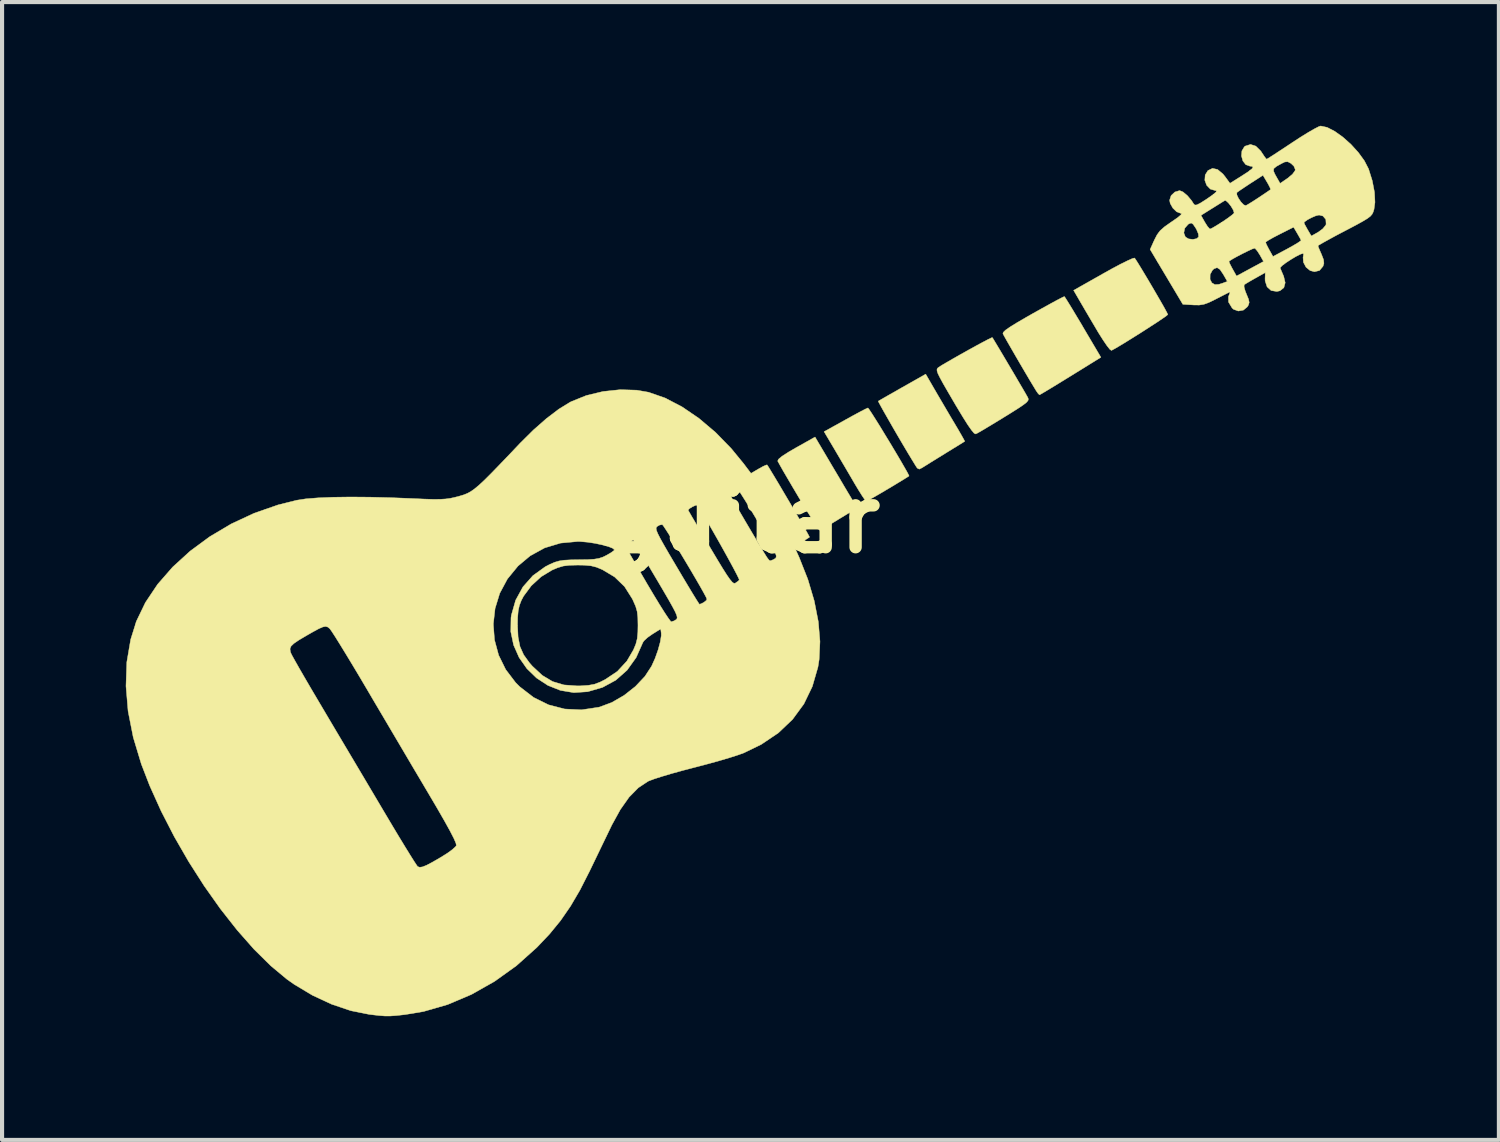
<source format=kicad_pcb>
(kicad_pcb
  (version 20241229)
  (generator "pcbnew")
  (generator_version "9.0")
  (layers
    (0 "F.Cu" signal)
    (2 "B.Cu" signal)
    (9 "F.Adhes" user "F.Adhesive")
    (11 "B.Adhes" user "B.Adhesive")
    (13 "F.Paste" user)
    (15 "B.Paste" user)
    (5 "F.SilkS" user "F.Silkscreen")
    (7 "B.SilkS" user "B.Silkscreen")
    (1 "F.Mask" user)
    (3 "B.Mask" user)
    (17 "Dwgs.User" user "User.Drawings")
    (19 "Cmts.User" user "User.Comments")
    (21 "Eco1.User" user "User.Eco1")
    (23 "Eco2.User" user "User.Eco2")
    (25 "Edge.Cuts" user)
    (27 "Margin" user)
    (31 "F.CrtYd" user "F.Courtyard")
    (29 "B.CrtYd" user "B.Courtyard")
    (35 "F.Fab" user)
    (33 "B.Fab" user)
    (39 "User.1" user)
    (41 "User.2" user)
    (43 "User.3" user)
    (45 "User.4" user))
  (footprint "guitar"
    (layer "F.Cu")
    (at 14.939 9.53)
    (property "Reference" "guitar" (at 0 0 0) (layer "F.SilkS") (effects (font (size 1.524 1.524) (thickness 0.3))))
    (attr through_hole)
    (fp_poly (pts (xy 2.205 -1.256) (xy 2.343 -1.024) (xy 2.47 -0.808) (xy 2.58 -0.623) (xy 2.664 -0.483) (xy 2.713 -0.4) (xy 2.715 -0.396) (xy 2.795 -0.263) (xy 2.361 0.002) (xy 2.19 0.106) (xy 2.045 0.194) (xy 1.942 0.256) (xy 1.896 0.283) (xy 1.867 0.253) (xy 1.802 0.16) (xy 1.707 0.014) (xy 1.588 -0.175) (xy 1.453 -0.397) (xy 1.379 -0.521) (xy 1.237 -0.761) (xy 1.109 -0.979) (xy 1.002 -1.162) (xy 0.923 -1.302) (xy 0.877 -1.385) (xy 0.869 -1.401) (xy 0.889 -1.446) (xy 0.977 -1.519) (xy 1.136 -1.621) (xy 1.31 -1.722) (xy 1.775 -1.983) (xy 2.205 -1.256)) (stroke (width 0.01) (type solid)) (fill yes) (layer "F.SilkS"))
    (fp_poly (pts (xy 3.085 -2.654) (xy 3.148 -2.56) (xy 3.238 -2.418) (xy 3.349 -2.241) (xy 3.471 -2.04) (xy 3.599 -1.83) (xy 3.724 -1.621) (xy 3.839 -1.427) (xy 3.936 -1.259) (xy 4.009 -1.131) (xy 4.049 -1.054) (xy 4.054 -1.038) (xy 3.949 -0.971) (xy 3.805 -0.883) (xy 3.638 -0.782) (xy 3.465 -0.679) (xy 3.3 -0.582) (xy 3.16 -0.502) (xy 3.06 -0.446) (xy 3.016 -0.425) (xy 3.016 -0.425) (xy 2.984 -0.459) (xy 2.919 -0.554) (xy 2.831 -0.694) (xy 2.728 -0.865) (xy 2.72 -0.88) (xy 2.588 -1.106) (xy 2.442 -1.354) (xy 2.304 -1.589) (xy 2.225 -1.723) (xy 1.994 -2.113) (xy 2.511 -2.4) (xy 2.699 -2.504) (xy 2.862 -2.592) (xy 2.983 -2.655) (xy 3.05 -2.686) (xy 3.058 -2.688) (xy 3.085 -2.654)) (stroke (width 0.01) (type solid)) (fill yes) (layer "F.SilkS"))
    (fp_poly (pts (xy 7.847 -5.353) (xy 7.91 -5.253) (xy 8.002 -5.103) (xy 8.116 -4.913) (xy 8.247 -4.695) (xy 8.273 -4.649) (xy 8.706 -3.916) (xy 7.971 -3.461) (xy 7.748 -3.324) (xy 7.551 -3.203) (xy 7.39 -3.106) (xy 7.276 -3.038) (xy 7.221 -3.007) (xy 7.217 -3.006) (xy 7.184 -3.037) (xy 7.139 -3.101) (xy 7.071 -3.213) (xy 6.977 -3.369) (xy 6.868 -3.554) (xy 6.75 -3.755) (xy 6.633 -3.956) (xy 6.524 -4.145) (xy 6.432 -4.305) (xy 6.365 -4.424) (xy 6.332 -4.486) (xy 6.33 -4.49) (xy 6.341 -4.524) (xy 6.396 -4.577) (xy 6.504 -4.652) (xy 6.67 -4.755) (xy 6.902 -4.89) (xy 7.053 -4.976) (xy 7.28 -5.103) (xy 7.481 -5.214) (xy 7.645 -5.303) (xy 7.761 -5.363) (xy 7.817 -5.389) (xy 7.821 -5.39) (xy 7.847 -5.353)) (stroke (width 0.01) (type solid)) (fill yes) (layer "F.SilkS"))
    (fp_poly (pts (xy 4.658 -3.162) (xy 4.764 -2.98) (xy 4.895 -2.757) (xy 5.032 -2.523) (xy 5.135 -2.35) (xy 5.239 -2.175) (xy 5.323 -2.029) (xy 5.381 -1.926) (xy 5.405 -1.88) (xy 5.405 -1.879) (xy 5.368 -1.855) (xy 5.273 -1.796) (xy 5.133 -1.71) (xy 4.962 -1.605) (xy 4.932 -1.586) (xy 4.747 -1.472) (xy 4.582 -1.37) (xy 4.453 -1.289) (xy 4.377 -1.242) (xy 4.374 -1.239) (xy 4.302 -1.204) (xy 4.253 -1.229) (xy 4.22 -1.278) (xy 4.133 -1.42) (xy 4.025 -1.598) (xy 3.905 -1.801) (xy 3.779 -2.015) (xy 3.655 -2.229) (xy 3.54 -2.43) (xy 3.44 -2.605) (xy 3.364 -2.742) (xy 3.318 -2.828) (xy 3.308 -2.853) (xy 3.348 -2.877) (xy 3.449 -2.935) (xy 3.598 -3.02) (xy 3.781 -3.124) (xy 3.891 -3.187) (xy 4.458 -3.508) (xy 4.658 -3.162)) (stroke (width 0.01) (type solid)) (fill yes) (layer "F.SilkS"))
    (fp_poly (pts (xy 9.524 -6.323) (xy 9.56 -6.271) (xy 9.628 -6.163) (xy 9.72 -6.012) (xy 9.828 -5.832) (xy 9.942 -5.639) (xy 10.055 -5.445) (xy 10.159 -5.266) (xy 10.245 -5.115) (xy 10.304 -5.006) (xy 10.329 -4.954) (xy 10.329 -4.953) (xy 10.295 -4.923) (xy 10.203 -4.858) (xy 10.065 -4.765) (xy 9.895 -4.655) (xy 9.708 -4.534) (xy 9.515 -4.413) (xy 9.331 -4.298) (xy 9.17 -4.2) (xy 9.044 -4.126) (xy 8.968 -4.085) (xy 8.961 -4.082) (xy 8.922 -4.11) (xy 8.851 -4.2) (xy 8.754 -4.343) (xy 8.639 -4.525) (xy 8.594 -4.602) (xy 8.47 -4.812) (xy 8.351 -5.014) (xy 8.249 -5.189) (xy 8.175 -5.316) (xy 8.161 -5.34) (xy 8.045 -5.54) (xy 8.768 -5.949) (xy 8.991 -6.073) (xy 9.19 -6.179) (xy 9.353 -6.259) (xy 9.467 -6.31) (xy 9.522 -6.324) (xy 9.524 -6.323)) (stroke (width 0.01) (type solid)) (fill yes) (layer "F.SilkS"))
    (fp_poly (pts (xy 6.099 -4.356) (xy 6.159 -4.256) (xy 6.246 -4.111) (xy 6.352 -3.933) (xy 6.468 -3.737) (xy 6.587 -3.536) (xy 6.7 -3.343) (xy 6.8 -3.173) (xy 6.878 -3.039) (xy 6.926 -2.954) (xy 6.935 -2.938) (xy 6.947 -2.903) (xy 6.939 -2.867) (xy 6.901 -2.822) (xy 6.824 -2.762) (xy 6.699 -2.678) (xy 6.517 -2.563) (xy 6.357 -2.464) (xy 6.148 -2.336) (xy 5.962 -2.224) (xy 5.811 -2.134) (xy 5.709 -2.076) (xy 5.671 -2.057) (xy 5.633 -2.074) (xy 5.57 -2.148) (xy 5.476 -2.282) (xy 5.351 -2.481) (xy 5.189 -2.75) (xy 5.147 -2.822) (xy 4.995 -3.082) (xy 4.882 -3.278) (xy 4.804 -3.421) (xy 4.755 -3.52) (xy 4.733 -3.586) (xy 4.732 -3.627) (xy 4.747 -3.654) (xy 4.766 -3.669) (xy 4.838 -3.717) (xy 4.962 -3.79) (xy 5.123 -3.883) (xy 5.306 -3.987) (xy 5.497 -4.094) (xy 5.682 -4.196) (xy 5.846 -4.284) (xy 5.975 -4.352) (xy 6.055 -4.39) (xy 6.073 -4.396) (xy 6.099 -4.356)) (stroke (width 0.01) (type solid)) (fill yes) (layer "F.SilkS"))
    (fp_poly (pts (xy 14.193 -9.491) (xy 14.377 -9.396) (xy 14.574 -9.255) (xy 14.77 -9.08) (xy 14.948 -8.884) (xy 15.095 -8.682) (xy 15.196 -8.486) (xy 15.198 -8.481) (xy 15.287 -8.196) (xy 15.34 -7.919) (xy 15.352 -7.674) (xy 15.329 -7.505) (xy 15.309 -7.439) (xy 15.283 -7.386) (xy 15.239 -7.335) (xy 15.166 -7.28) (xy 15.053 -7.212) (xy 14.89 -7.122) (xy 14.664 -7.003) (xy 14.625 -6.983) (xy 14.412 -6.871) (xy 14.229 -6.771) (xy 14.086 -6.692) (xy 13.996 -6.639) (xy 13.97 -6.62) (xy 13.986 -6.572) (xy 14.027 -6.476) (xy 14.055 -6.413) (xy 14.105 -6.284) (xy 14.114 -6.194) (xy 14.092 -6.123) (xy 14.007 -6.021) (xy 13.885 -5.991) (xy 13.78 -6.019) (xy 13.68 -6.101) (xy 13.617 -6.221) (xy 13.608 -6.343) (xy 13.612 -6.355) (xy 13.62 -6.419) (xy 13.607 -6.435) (xy 13.54 -6.414) (xy 13.436 -6.361) (xy 13.314 -6.288) (xy 13.195 -6.21) (xy 13.102 -6.14) (xy 13.055 -6.091) (xy 13.053 -6.082) (xy 13.082 -6.012) (xy 13.128 -5.905) (xy 13.138 -5.882) (xy 13.175 -5.725) (xy 13.143 -5.604) (xy 13.048 -5.529) (xy 12.972 -5.512) (xy 12.834 -5.535) (xy 12.736 -5.624) (xy 12.689 -5.767) (xy 12.687 -5.824) (xy 12.692 -5.97) (xy 12.452 -5.836) (xy 12.324 -5.763) (xy 12.225 -5.704) (xy 12.18 -5.674) (xy 12.178 -5.622) (xy 12.206 -5.522) (xy 12.237 -5.445) (xy 12.287 -5.323) (xy 12.302 -5.246) (xy 12.284 -5.184) (xy 12.258 -5.141) (xy 12.161 -5.06) (xy 12.038 -5.038) (xy 11.922 -5.08) (xy 11.887 -5.112) (xy 11.801 -5.255) (xy 11.799 -5.387) (xy 11.815 -5.427) (xy 11.838 -5.486) (xy 11.826 -5.497) (xy 11.773 -5.471) (xy 11.667 -5.417) (xy 11.526 -5.345) (xy 11.49 -5.326) (xy 11.326 -5.246) (xy 11.203 -5.201) (xy 11.089 -5.183) (xy 10.954 -5.185) (xy 10.941 -5.186) (xy 10.693 -5.201) (xy 10.332 -5.807) (xy 11.353 -5.807) (xy 11.396 -5.723) (xy 11.469 -5.679) (xy 11.566 -5.684) (xy 11.662 -5.715) (xy 11.772 -5.756) (xy 11.675 -5.926) (xy 11.594 -6.046) (xy 11.524 -6.09) (xy 11.451 -6.064) (xy 11.412 -6.029) (xy 11.355 -5.926) (xy 11.353 -5.807) (xy 10.332 -5.807) (xy 10.074 -6.239) (xy 11.811 -6.239) (xy 11.83 -6.19) (xy 11.878 -6.095) (xy 11.903 -6.05) (xy 11.995 -5.886) (xy 12.322 -6.063) (xy 12.65 -6.24) (xy 12.559 -6.401) (xy 12.496 -6.498) (xy 12.446 -6.555) (xy 12.434 -6.561) (xy 12.379 -6.544) (xy 12.277 -6.497) (xy 12.149 -6.434) (xy 12.016 -6.365) (xy 11.902 -6.302) (xy 11.828 -6.255) (xy 11.811 -6.239) (xy 10.074 -6.239) (xy 9.9 -6.532) (xy 9.978 -6.705) (xy 12.7 -6.705) (xy 12.719 -6.655) (xy 12.767 -6.561) (xy 12.79 -6.519) (xy 12.879 -6.36) (xy 13.224 -6.544) (xy 13.373 -6.627) (xy 13.488 -6.696) (xy 13.552 -6.741) (xy 13.56 -6.752) (xy 13.536 -6.801) (xy 13.484 -6.893) (xy 13.466 -6.924) (xy 13.379 -7.072) (xy 13.04 -6.901) (xy 12.889 -6.823) (xy 12.773 -6.757) (xy 12.708 -6.714) (xy 12.7 -6.705) (xy 9.978 -6.705) (xy 10.004 -6.763) (xy 10.068 -6.887) (xy 10.102 -6.932) (xy 10.717 -6.932) (xy 10.755 -6.835) (xy 10.832 -6.788) (xy 10.937 -6.775) (xy 11.031 -6.794) (xy 11.076 -6.836) (xy 11.07 -6.908) (xy 11.026 -7.014) (xy 11.006 -7.049) (xy 10.943 -7.142) (xy 10.897 -7.173) (xy 10.843 -7.154) (xy 10.822 -7.141) (xy 10.74 -7.047) (xy 10.717 -6.932) (xy 10.102 -6.932) (xy 10.142 -6.986) (xy 10.248 -7.08) (xy 10.406 -7.192) (xy 10.42 -7.201) (xy 10.57 -7.305) (xy 10.632 -7.358) (xy 11.133 -7.358) (xy 11.226 -7.193) (xy 11.289 -7.093) (xy 11.34 -7.034) (xy 11.354 -7.027) (xy 11.403 -7.049) (xy 11.503 -7.107) (xy 11.618 -7.179) (xy 13.631 -7.179) (xy 13.651 -7.133) (xy 13.7 -7.044) (xy 13.72 -7.008) (xy 13.809 -6.857) (xy 13.976 -6.951) (xy 14.086 -7.032) (xy 14.157 -7.118) (xy 14.167 -7.142) (xy 14.16 -7.26) (xy 14.09 -7.342) (xy 13.997 -7.366) (xy 13.919 -7.348) (xy 13.815 -7.304) (xy 13.713 -7.25) (xy 13.645 -7.2) (xy 13.631 -7.179) (xy 11.618 -7.179) (xy 11.634 -7.189) (xy 11.662 -7.207) (xy 11.792 -7.296) (xy 11.889 -7.369) (xy 11.935 -7.412) (xy 11.937 -7.416) (xy 11.916 -7.487) (xy 11.863 -7.577) (xy 11.797 -7.661) (xy 11.738 -7.714) (xy 11.712 -7.718) (xy 11.653 -7.683) (xy 11.546 -7.616) (xy 11.411 -7.532) (xy 11.398 -7.524) (xy 11.133 -7.358) (xy 10.632 -7.358) (xy 10.648 -7.372) (xy 10.66 -7.404) (xy 10.639 -7.408) (xy 10.543 -7.445) (xy 10.451 -7.534) (xy 10.387 -7.648) (xy 10.372 -7.725) (xy 10.409 -7.838) (xy 10.501 -7.925) (xy 10.615 -7.959) (xy 10.698 -7.925) (xy 10.802 -7.838) (xy 10.904 -7.717) (xy 10.957 -7.634) (xy 10.986 -7.608) (xy 11.035 -7.613) (xy 11.121 -7.657) (xy 11.258 -7.744) (xy 11.286 -7.763) (xy 11.42 -7.857) (xy 12.002 -7.857) (xy 12.042 -7.771) (xy 12.104 -7.681) (xy 12.17 -7.613) (xy 12.22 -7.595) (xy 12.282 -7.629) (xy 12.392 -7.697) (xy 12.526 -7.784) (xy 12.542 -7.795) (xy 12.671 -7.881) (xy 12.769 -7.948) (xy 12.818 -7.982) (xy 12.821 -7.983) (xy 12.81 -8.023) (xy 12.766 -8.11) (xy 12.736 -8.162) (xy 12.636 -8.33) (xy 12.332 -8.134) (xy 12.191 -8.041) (xy 12.078 -7.965) (xy 12.012 -7.918) (xy 12.003 -7.911) (xy 12.002 -7.857) (xy 11.42 -7.857) (xy 11.427 -7.862) (xy 11.499 -7.924) (xy 11.508 -7.954) (xy 11.482 -7.959) (xy 11.36 -7.995) (xy 11.271 -8.087) (xy 11.226 -8.21) (xy 11.235 -8.338) (xy 11.301 -8.444) (xy 11.413 -8.498) (xy 11.536 -8.47) (xy 11.665 -8.362) (xy 11.714 -8.301) (xy 11.836 -8.135) (xy 12.118 -8.312) (xy 12.28 -8.417) (xy 12.308 -8.439) (xy 12.89 -8.439) (xy 12.924 -8.36) (xy 12.955 -8.304) (xy 13.052 -8.133) (xy 13.236 -8.259) (xy 13.351 -8.355) (xy 13.413 -8.44) (xy 13.42 -8.468) (xy 13.387 -8.549) (xy 13.317 -8.617) (xy 13.236 -8.659) (xy 13.165 -8.653) (xy 13.095 -8.619) (xy 12.965 -8.547) (xy 12.9 -8.494) (xy 12.89 -8.439) (xy 12.308 -8.439) (xy 12.371 -8.489) (xy 12.395 -8.531) (xy 12.357 -8.55) (xy 12.321 -8.551) (xy 12.22 -8.587) (xy 12.149 -8.678) (xy 12.115 -8.798) (xy 12.125 -8.921) (xy 12.184 -9.02) (xy 12.207 -9.038) (xy 12.335 -9.078) (xy 12.462 -9.037) (xy 12.583 -8.918) (xy 12.613 -8.872) (xy 12.675 -8.779) (xy 12.718 -8.725) (xy 12.725 -8.721) (xy 12.765 -8.743) (xy 12.863 -8.805) (xy 13.007 -8.899) (xy 13.187 -9.017) (xy 13.346 -9.123) (xy 13.55 -9.256) (xy 13.735 -9.37) (xy 13.888 -9.458) (xy 13.994 -9.512) (xy 14.036 -9.525) (xy 14.193 -9.491)) (stroke (width 0.01) (type solid)) (fill yes) (layer "F.SilkS"))
    (fp_poly (pts (xy -2.549 -3.119) (xy -2.263 -3.069) (xy -1.863 -2.93) (xy -1.452 -2.716) (xy -1.041 -2.436) (xy -0.639 -2.096) (xy -0.258 -1.705) (xy 0.043 -1.338) (xy 0.221 -1.102) (xy 0.409 -1.212) (xy 0.517 -1.272) (xy 0.593 -1.305) (xy 0.612 -1.307) (xy 0.641 -1.264) (xy 0.704 -1.161) (xy 0.795 -1.011) (xy 0.905 -0.827) (xy 1.027 -0.62) (xy 1.156 -0.402) (xy 1.282 -0.186) (xy 1.4 0.017) (xy 1.502 0.193) (xy 1.581 0.331) (xy 1.629 0.419) (xy 1.641 0.445) (xy 1.602 0.471) (xy 1.514 0.526) (xy 1.451 0.565) (xy 1.273 0.676) (xy 1.392 0.941) (xy 1.6 1.468) (xy 1.755 1.99) (xy 1.854 2.496) (xy 1.894 2.974) (xy 1.874 3.412) (xy 1.845 3.596) (xy 1.709 4.066) (xy 1.504 4.49) (xy 1.229 4.865) (xy 0.885 5.192) (xy 0.471 5.471) (xy 0.054 5.674) (xy -0.083 5.724) (xy -0.285 5.789) (xy -0.534 5.863) (xy -0.811 5.94) (xy -1.099 6.016) (xy -1.165 6.033) (xy -1.444 6.106) (xy -1.708 6.179) (xy -1.942 6.249) (xy -2.129 6.309) (xy -2.254 6.356) (xy -2.277 6.367) (xy -2.512 6.523) (xy -2.734 6.749) (xy -2.947 7.051) (xy -3.156 7.431) (xy -3.173 7.467) (xy -3.29 7.71) (xy -3.427 7.993) (xy -3.567 8.284) (xy -3.693 8.545) (xy -3.696 8.551) (xy -3.927 9.005) (xy -4.156 9.395) (xy -4.397 9.744) (xy -4.664 10.07) (xy -4.971 10.394) (xy -4.971 10.394) (xy -5.466 10.837) (xy -5.998 11.218) (xy -6.557 11.534) (xy -7.134 11.779) (xy -7.72 11.948) (xy -8.165 12.022) (xy -8.369 12.045) (xy -8.523 12.056) (xy -8.659 12.056) (xy -8.809 12.044) (xy -9.007 12.021) (xy -9.038 12.017) (xy -9.482 11.928) (xy -9.945 11.772) (xy -10.408 11.557) (xy -10.85 11.293) (xy -11.028 11.168) (xy -11.424 10.838) (xy -11.831 10.436) (xy -12.24 9.972) (xy -12.645 9.457) (xy -13.039 8.9) (xy -13.414 8.313) (xy -13.764 7.706) (xy -14.081 7.089) (xy -14.359 6.473) (xy -14.562 5.948) (xy -14.758 5.299) (xy -14.883 4.666) (xy -14.934 4.057) (xy -14.914 3.475) (xy -14.859 3.153) (xy -10.957 3.153) (xy -10.948 3.221) (xy -10.937 3.254) (xy -10.906 3.317) (xy -10.836 3.443) (xy -10.734 3.623) (xy -10.604 3.848) (xy -10.453 4.107) (xy -10.284 4.393) (xy -10.152 4.616) (xy -9.932 4.988) (xy -9.682 5.409) (xy -9.417 5.855) (xy -9.151 6.303) (xy -8.898 6.73) (xy -8.672 7.111) (xy -8.659 7.133) (xy -8.482 7.431) (xy -8.317 7.706) (xy -8.169 7.949) (xy -8.044 8.152) (xy -7.947 8.306) (xy -7.883 8.403) (xy -7.859 8.434) (xy -7.811 8.45) (xy -7.742 8.44) (xy -7.641 8.399) (xy -7.494 8.321) (xy -7.298 8.207) (xy -7.143 8.11) (xy -7.018 8.019) (xy -6.94 7.947) (xy -6.923 7.922) (xy -6.934 7.865) (xy -6.984 7.749) (xy -7.076 7.57) (xy -7.21 7.328) (xy -7.388 7.018) (xy -7.56 6.726) (xy -7.744 6.415) (xy -7.961 6.049) (xy -8.198 5.647) (xy -8.446 5.227) (xy -8.693 4.808) (xy -8.93 4.407) (xy -9.069 4.17) (xy -9.258 3.85) (xy -9.437 3.551) (xy -9.6 3.282) (xy -9.742 3.05) (xy -9.858 2.864) (xy -9.943 2.733) (xy -9.992 2.665) (xy -9.998 2.659) (xy -10.045 2.623) (xy -10.095 2.61) (xy -10.162 2.623) (xy -10.261 2.666) (xy -10.408 2.746) (xy -10.551 2.828) (xy -10.739 2.939) (xy -10.863 3.023) (xy -10.932 3.09) (xy -10.957 3.153) (xy -14.859 3.153) (xy -14.82 2.925) (xy -14.704 2.555) (xy -6.027 2.555) (xy -5.998 2.936) (xy -5.898 3.306) (xy -5.726 3.656) (xy -5.485 3.973) (xy -5.385 4.073) (xy -5.051 4.331) (xy -4.686 4.511) (xy -4.296 4.612) (xy -3.889 4.632) (xy -3.471 4.569) (xy -3.451 4.564) (xy -3.152 4.453) (xy -2.855 4.281) (xy -2.581 4.065) (xy -2.35 3.82) (xy -2.189 3.573) (xy -2.103 3.382) (xy -2.031 3.178) (xy -1.979 2.987) (xy -1.954 2.833) (xy -1.955 2.775) (xy -1.968 2.67) (xy -2.171 2.797) (xy -2.288 2.879) (xy -2.372 2.957) (xy -2.399 2.996) (xy -2.563 3.364) (xy -2.783 3.671) (xy -3.056 3.913) (xy -3.38 4.089) (xy -3.74 4.193) (xy -4.076 4.215) (xy -4.4 4.161) (xy -4.704 4.04) (xy -4.978 3.861) (xy -5.213 3.633) (xy -5.402 3.363) (xy -5.535 3.062) (xy -5.603 2.738) (xy -5.601 2.582) (xy -5.44 2.582) (xy -5.426 2.868) (xy -5.38 3.098) (xy -5.291 3.298) (xy -5.151 3.492) (xy -5.079 3.574) (xy -4.839 3.797) (xy -4.59 3.946) (xy -4.315 4.028) (xy -3.993 4.052) (xy -3.916 4.051) (xy -3.722 4.038) (xy -3.574 4.011) (xy -3.436 3.959) (xy -3.312 3.896) (xy -3.018 3.699) (xy -2.788 3.45) (xy -2.63 3.18) (xy -2.571 3.039) (xy -2.537 2.905) (xy -2.522 2.748) (xy -2.519 2.581) (xy -2.523 2.39) (xy -2.539 2.248) (xy -2.575 2.123) (xy -2.638 1.98) (xy -2.657 1.94) (xy -2.844 1.644) (xy -3.086 1.41) (xy -3.382 1.233) (xy -3.523 1.174) (xy -3.657 1.14) (xy -3.815 1.125) (xy -3.979 1.122) (xy -4.179 1.127) (xy -4.328 1.145) (xy -4.464 1.185) (xy -4.603 1.244) (xy -4.868 1.405) (xy -5.106 1.624) (xy -5.293 1.876) (xy -5.348 1.98) (xy -5.395 2.102) (xy -5.423 2.232) (xy -5.437 2.398) (xy -5.44 2.582) (xy -5.601 2.582) (xy -5.598 2.399) (xy -5.589 2.336) (xy -5.485 1.973) (xy -5.309 1.652) (xy -5.068 1.379) (xy -4.767 1.162) (xy -4.657 1.105) (xy -4.542 1.055) (xy -4.435 1.023) (xy -4.312 1.004) (xy -4.149 0.995) (xy -3.951 0.992) (xy -3.734 0.989) (xy -3.58 0.979) (xy -3.466 0.96) (xy -3.37 0.928) (xy -3.284 0.886) (xy -3.175 0.823) (xy -3.104 0.772) (xy -3.09 0.753) (xy -3.129 0.716) (xy -3.233 0.674) (xy -3.34 0.644) (xy -2.836 0.644) (xy -2.699 0.885) (xy -2.495 1.238) (xy -2.307 1.561) (xy -2.137 1.847) (xy -1.99 2.089) (xy -1.869 2.281) (xy -1.779 2.416) (xy -1.725 2.487) (xy -1.712 2.497) (xy -1.644 2.475) (xy -1.593 2.444) (xy -1.574 2.422) (xy -1.569 2.388) (xy -1.582 2.334) (xy -1.618 2.251) (xy -1.682 2.13) (xy -1.776 1.962) (xy -1.906 1.739) (xy -2.075 1.452) (xy -2.076 1.451) (xy -2.633 0.512) (xy -2.836 0.644) (xy -3.34 0.644) (xy -3.383 0.633) (xy -3.56 0.595) (xy -3.744 0.567) (xy -3.916 0.552) (xy -3.976 0.55) (xy -4.396 0.589) (xy -4.781 0.705) (xy -5.133 0.898) (xy -5.428 1.145) (xy -5.685 1.459) (xy -5.871 1.806) (xy -5.984 2.174) (xy -6.027 2.555) (xy -14.704 2.555) (xy -14.685 2.491) (xy -14.463 2.03) (xy -14.167 1.588) (xy -13.802 1.17) (xy -13.378 0.783) (xy -12.903 0.433) (xy -12.57 0.236) (xy -2.079 0.236) (xy -2.069 0.286) (xy -2.037 0.363) (xy -1.979 0.477) (xy -1.89 0.636) (xy -1.767 0.849) (xy -1.604 1.125) (xy -1.585 1.157) (xy -1.437 1.407) (xy -1.303 1.631) (xy -1.189 1.82) (xy -1.101 1.963) (xy -1.045 2.05) (xy -1.027 2.074) (xy -0.981 2.057) (xy -0.929 2.031) (xy -0.863 1.98) (xy -0.847 1.948) (xy -0.868 1.899) (xy -0.926 1.791) (xy -1.013 1.636) (xy -1.123 1.446) (xy -1.248 1.233) (xy -1.381 1.01) (xy -1.514 0.789) (xy -1.641 0.582) (xy -1.753 0.402) (xy -1.844 0.26) (xy -1.905 0.168) (xy -1.93 0.14) (xy -1.994 0.151) (xy -2.05 0.183) (xy -2.071 0.204) (xy -2.079 0.236) (xy -12.57 0.236) (xy -12.384 0.125) (xy -11.829 -0.134) (xy -11.599 -0.214) (xy -1.303 -0.214) (xy -1.303 -0.211) (xy -1.279 -0.168) (xy -1.218 -0.062) (xy -1.125 0.095) (xy -1.008 0.295) (xy -0.871 0.526) (xy -0.762 0.709) (xy -0.594 0.991) (xy -0.463 1.207) (xy -0.363 1.364) (xy -0.288 1.471) (xy -0.234 1.535) (xy -0.195 1.563) (xy -0.166 1.564) (xy -0.162 1.562) (xy -0.087 1.509) (xy -0.063 1.481) (xy -0.079 1.439) (xy -0.13 1.336) (xy -0.21 1.184) (xy -0.312 0.996) (xy -0.429 0.784) (xy -0.554 0.56) (xy -0.681 0.337) (xy -0.802 0.126) (xy -0.911 -0.059) (xy -1 -0.207) (xy -1.063 -0.306) (xy -1.08 -0.33) (xy -1.122 -0.326) (xy -1.197 -0.293) (xy -1.269 -0.249) (xy -1.303 -0.214) (xy -11.599 -0.214) (xy -11.247 -0.337) (xy -10.795 -0.45) (xy -10.574 -0.484) (xy -10.277 -0.508) (xy -9.913 -0.523) (xy -9.491 -0.529) (xy -9.019 -0.525) (xy -8.505 -0.512) (xy -8.001 -0.492) (xy -7.711 -0.479) (xy -7.489 -0.472) (xy -7.319 -0.473) (xy -7.186 -0.481) (xy -7.072 -0.496) (xy -6.962 -0.52) (xy -6.943 -0.525) (xy -6.834 -0.554) (xy -6.741 -0.582) (xy -6.655 -0.617) (xy -6.569 -0.664) (xy -6.476 -0.73) (xy -6.47 -0.735) (xy -0.341 -0.735) (xy -0.327 -0.679) (xy -0.29 -0.594) (xy -0.223 -0.468) (xy -0.123 -0.292) (xy 0.015 -0.057) (xy 0.074 0.044) (xy 0.246 0.335) (xy 0.381 0.561) (xy 0.482 0.731) (xy 0.556 0.852) (xy 0.607 0.933) (xy 0.642 0.981) (xy 0.664 1.006) (xy 0.681 1.014) (xy 0.695 1.015) (xy 0.698 1.015) (xy 0.764 0.99) (xy 0.812 0.96) (xy 0.83 0.937) (xy 0.834 0.9) (xy 0.817 0.841) (xy 0.777 0.751) (xy 0.708 0.62) (xy 0.606 0.441) (xy 0.468 0.202) (xy 0.367 0.031) (xy 0.221 -0.214) (xy 0.088 -0.432) (xy -0.027 -0.614) (xy -0.117 -0.75) (xy -0.175 -0.829) (xy -0.193 -0.845) (xy -0.261 -0.823) (xy -0.313 -0.792) (xy -0.335 -0.769) (xy -0.341 -0.735) (xy -6.47 -0.735) (xy -6.368 -0.821) (xy -6.238 -0.942) (xy -6.079 -1.101) (xy -5.883 -1.303) (xy -5.642 -1.554) (xy -5.374 -1.837) (xy -5.054 -2.154) (xy -4.738 -2.432) (xy -4.438 -2.66) (xy -4.168 -2.826) (xy -4.139 -2.841) (xy -3.771 -2.99) (xy -3.367 -3.087) (xy -2.951 -3.131) (xy -2.549 -3.119)) (stroke (width 0.01) (type solid)) (fill yes) (layer "F.SilkS")))
  (gr_rect
    (start -3 -3)
    (end 33.296 24.591)
    (stroke (width 0.1) (type default))
    (fill no)
    (layer "Edge.Cuts")))
</source>
